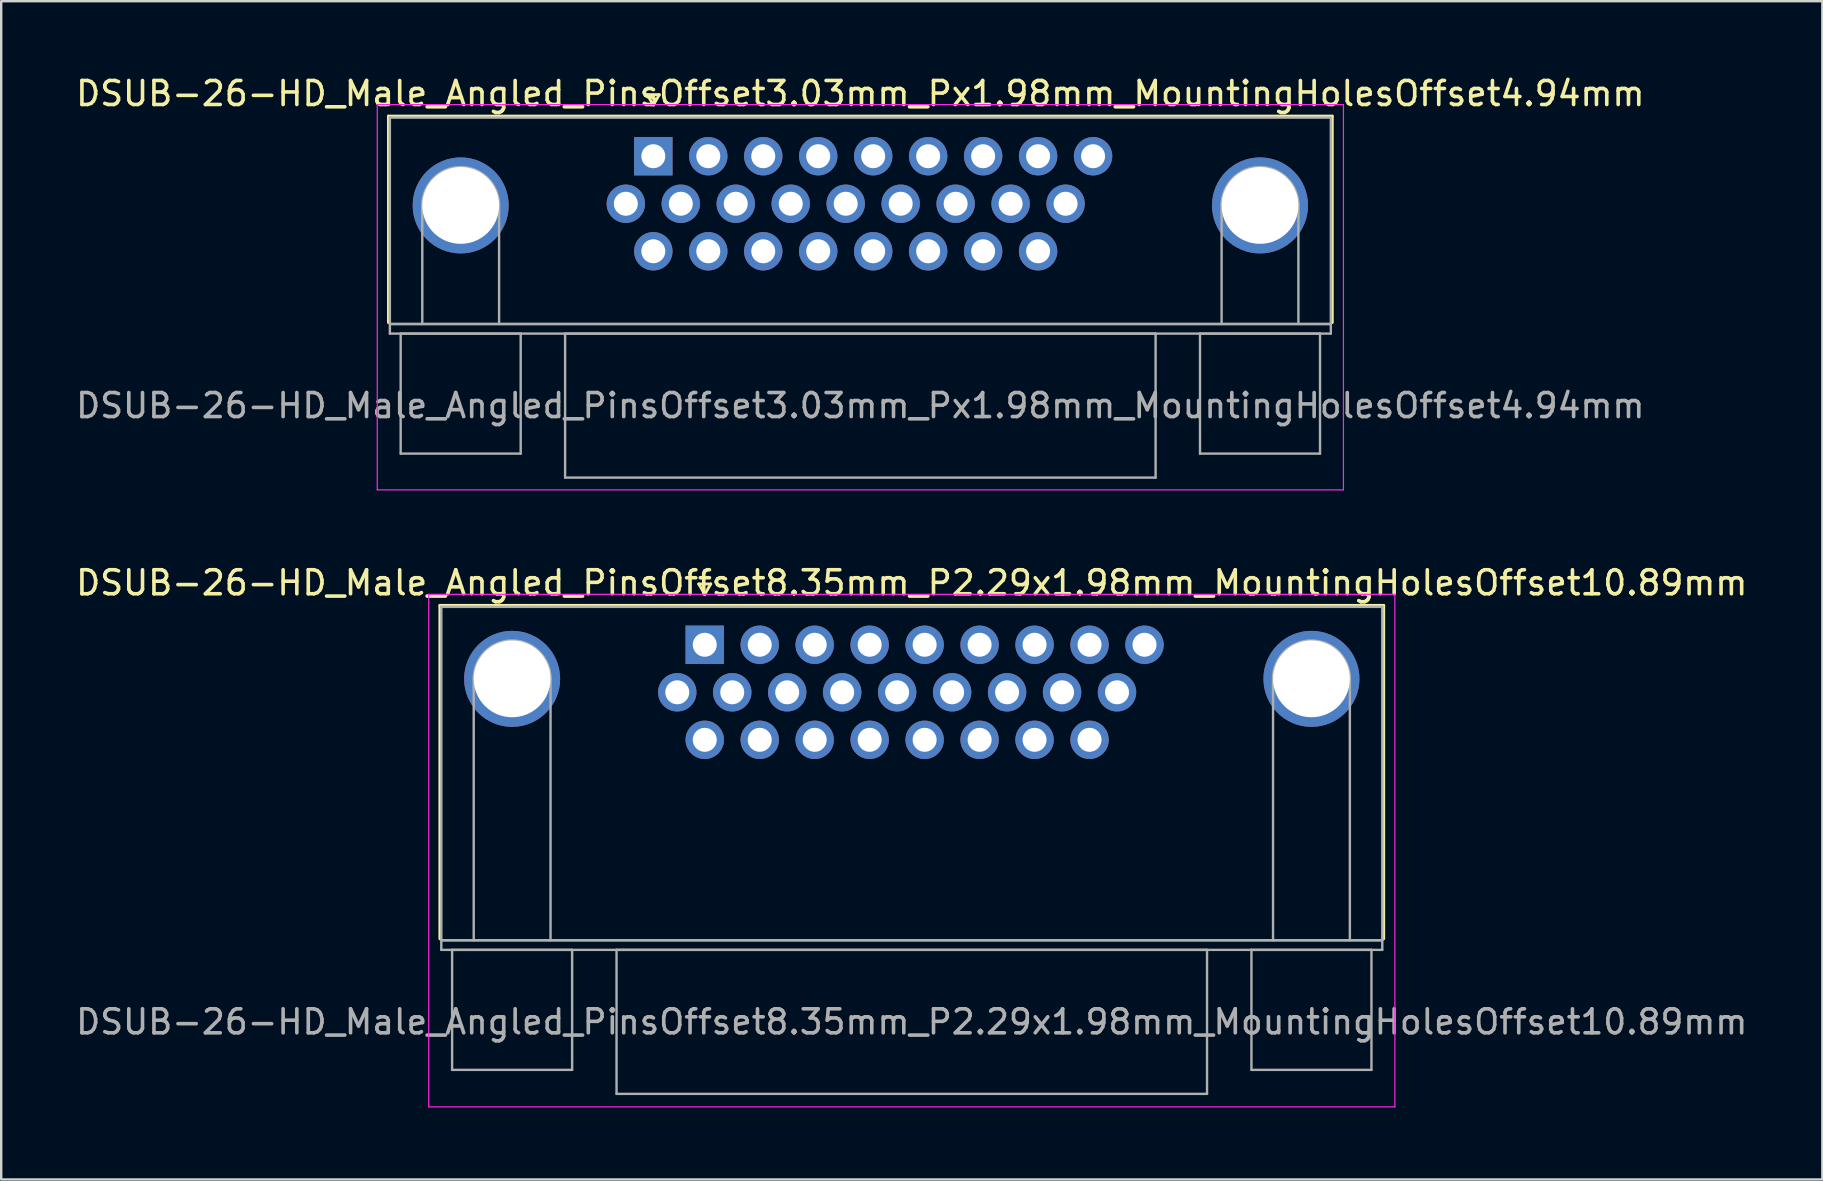
<source format=kicad_pcb>
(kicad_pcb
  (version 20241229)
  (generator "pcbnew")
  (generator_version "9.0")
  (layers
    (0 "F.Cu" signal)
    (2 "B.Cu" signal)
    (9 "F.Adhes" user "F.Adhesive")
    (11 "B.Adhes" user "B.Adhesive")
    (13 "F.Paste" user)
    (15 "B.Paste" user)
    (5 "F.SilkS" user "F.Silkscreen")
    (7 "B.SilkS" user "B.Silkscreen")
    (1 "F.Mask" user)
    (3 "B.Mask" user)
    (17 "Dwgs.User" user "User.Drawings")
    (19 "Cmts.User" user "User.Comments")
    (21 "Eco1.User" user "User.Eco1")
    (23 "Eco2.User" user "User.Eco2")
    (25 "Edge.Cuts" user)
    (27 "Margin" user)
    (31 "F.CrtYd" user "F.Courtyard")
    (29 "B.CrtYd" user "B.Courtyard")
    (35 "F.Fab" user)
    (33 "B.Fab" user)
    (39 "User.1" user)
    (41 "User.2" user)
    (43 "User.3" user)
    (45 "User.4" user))
  (footprint "DSUB-26-HD_Male_Angled_PinsOffset3.03mm_Px1.98mm_MountingHolesOffset4.94mm"
    (layer "F.Cu")
    (at 24.167 3.458)
    (property "Reference" "DSUB-26-HD_Male_Angled_PinsOffset3.03mm_Px1.98mm_MountingHolesOffset4.94mm" (at 8.625 -2.61 0) (layer "F.SilkS") (effects (font (size 1 1) (thickness 0.15))))
    (attr through_hole)
    (fp_line (start -11.035 -1.67) (end 28.285 -1.67) (stroke (width 0.12) (type solid)) (layer "F.SilkS"))
    (fp_line (start -11.035 6.93) (end -11.035 -1.67) (stroke (width 0.12) (type solid)) (layer "F.SilkS"))
    (fp_line (start -0.25 -2.564) (end 0.25 -2.564) (stroke (width 0.12) (type solid)) (layer "F.SilkS"))
    (fp_line (start 0 -2.131) (end -0.25 -2.564) (stroke (width 0.12) (type solid)) (layer "F.SilkS"))
    (fp_line (start 0.25 -2.564) (end 0 -2.131) (stroke (width 0.12) (type solid)) (layer "F.SilkS"))
    (fp_line (start 28.285 -1.67) (end 28.285 6.93) (stroke (width 0.12) (type solid)) (layer "F.SilkS"))
    (fp_line (start -11.5 -2.15) (end -11.5 13.9) (stroke (width 0.05) (type solid)) (layer "F.CrtYd"))
    (fp_line (start -11.5 13.9) (end 28.75 13.9) (stroke (width 0.05) (type solid)) (layer "F.CrtYd"))
    (fp_line (start 28.75 -2.15) (end -11.5 -2.15) (stroke (width 0.05) (type solid)) (layer "F.CrtYd"))
    (fp_line (start 28.75 13.9) (end 28.75 -2.15) (stroke (width 0.05) (type solid)) (layer "F.CrtYd"))
    (fp_line (start -10.975 -1.61) (end -10.975 6.99) (stroke (width 0.1) (type solid)) (layer "F.Fab"))
    (fp_line (start -10.975 6.99) (end -10.975 7.39) (stroke (width 0.1) (type solid)) (layer "F.Fab"))
    (fp_line (start -10.975 6.99) (end 28.225 6.99) (stroke (width 0.1) (type solid)) (layer "F.Fab"))
    (fp_line (start -10.975 7.39) (end 28.225 7.39) (stroke (width 0.1) (type solid)) (layer "F.Fab"))
    (fp_line (start -10.525 7.39) (end -10.525 12.39) (stroke (width 0.1) (type solid)) (layer "F.Fab"))
    (fp_line (start -10.525 12.39) (end -5.525 12.39) (stroke (width 0.1) (type solid)) (layer "F.Fab"))
    (fp_line (start -9.625 6.99) (end -9.625 2.05) (stroke (width 0.1) (type solid)) (layer "F.Fab"))
    (fp_line (start -6.425 6.99) (end -6.425 2.05) (stroke (width 0.1) (type solid)) (layer "F.Fab"))
    (fp_line (start -5.525 7.39) (end -10.525 7.39) (stroke (width 0.1) (type solid)) (layer "F.Fab"))
    (fp_line (start -5.525 12.39) (end -5.525 7.39) (stroke (width 0.1) (type solid)) (layer "F.Fab"))
    (fp_line (start -3.675 7.39) (end -3.675 13.39) (stroke (width 0.1) (type solid)) (layer "F.Fab"))
    (fp_line (start -3.675 13.39) (end 20.925 13.39) (stroke (width 0.1) (type solid)) (layer "F.Fab"))
    (fp_line (start 20.925 7.39) (end -3.675 7.39) (stroke (width 0.1) (type solid)) (layer "F.Fab"))
    (fp_line (start 20.925 13.39) (end 20.925 7.39) (stroke (width 0.1) (type solid)) (layer "F.Fab"))
    (fp_line (start 22.775 7.39) (end 22.775 12.39) (stroke (width 0.1) (type solid)) (layer "F.Fab"))
    (fp_line (start 22.775 12.39) (end 27.775 12.39) (stroke (width 0.1) (type solid)) (layer "F.Fab"))
    (fp_line (start 23.675 6.99) (end 23.675 2.05) (stroke (width 0.1) (type solid)) (layer "F.Fab"))
    (fp_line (start 26.875 6.99) (end 26.875 2.05) (stroke (width 0.1) (type solid)) (layer "F.Fab"))
    (fp_line (start 27.775 7.39) (end 22.775 7.39) (stroke (width 0.1) (type solid)) (layer "F.Fab"))
    (fp_line (start 27.775 12.39) (end 27.775 7.39) (stroke (width 0.1) (type solid)) (layer "F.Fab"))
    (fp_line (start 28.225 -1.61) (end -10.975 -1.61) (stroke (width 0.1) (type solid)) (layer "F.Fab"))
    (fp_line (start 28.225 6.99) (end -10.975 6.99) (stroke (width 0.1) (type solid)) (layer "F.Fab"))
    (fp_line (start 28.225 6.99) (end 28.225 -1.61) (stroke (width 0.1) (type solid)) (layer "F.Fab"))
    (fp_line (start 28.225 7.39) (end 28.225 6.99) (stroke (width 0.1) (type solid)) (layer "F.Fab"))
    (fp_arc (start -9.625 2.05) (mid -8.025 0.45) (end -6.425 2.05) (stroke (width 0.1) (type solid)) (layer "F.Fab"))
    (fp_arc (start 23.675 2.05) (mid 25.275 0.45) (end 26.875 2.05) (stroke (width 0.1) (type solid)) (layer "F.Fab"))
    (fp_text user "${REFERENCE}" (at 8.625 10.39 0) (layer "F.Fab") (effects (font (size 1 1) (thickness 0.15))))
    (pad "0" thru_hole circle (at -8.025 2.05) (size 4 4) (drill 3.2) (layers "*.Cu" "*.Mask"))
    (pad "0" thru_hole circle (at 25.275 2.05) (size 4 4) (drill 3.2) (layers "*.Cu" "*.Mask"))
    (pad "1" thru_hole rect (at 0 0) (size 1.6 1.6) (drill 1) (layers "*.Cu" "*.Mask"))
    (pad "2" thru_hole circle (at 2.29 0) (size 1.6 1.6) (drill 1) (layers "*.Cu" "*.Mask"))
    (pad "3" thru_hole circle (at 4.58 0) (size 1.6 1.6) (drill 1) (layers "*.Cu" "*.Mask"))
    (pad "4" thru_hole circle (at 6.87 0) (size 1.6 1.6) (drill 1) (layers "*.Cu" "*.Mask"))
    (pad "5" thru_hole circle (at 9.16 0) (size 1.6 1.6) (drill 1) (layers "*.Cu" "*.Mask"))
    (pad "6" thru_hole circle (at 11.45 0) (size 1.6 1.6) (drill 1) (layers "*.Cu" "*.Mask"))
    (pad "7" thru_hole circle (at 13.74 0) (size 1.6 1.6) (drill 1) (layers "*.Cu" "*.Mask"))
    (pad "8" thru_hole circle (at 16.03 0) (size 1.6 1.6) (drill 1) (layers "*.Cu" "*.Mask"))
    (pad "9" thru_hole circle (at 18.32 0) (size 1.6 1.6) (drill 1) (layers "*.Cu" "*.Mask"))
    (pad "10" thru_hole circle (at -1.145 1.98) (size 1.6 1.6) (drill 1) (layers "*.Cu" "*.Mask"))
    (pad "11" thru_hole circle (at 1.145 1.98) (size 1.6 1.6) (drill 1) (layers "*.Cu" "*.Mask"))
    (pad "12" thru_hole circle (at 3.435 1.98) (size 1.6 1.6) (drill 1) (layers "*.Cu" "*.Mask"))
    (pad "13" thru_hole circle (at 5.725 1.98) (size 1.6 1.6) (drill 1) (layers "*.Cu" "*.Mask"))
    (pad "14" thru_hole circle (at 8.015 1.98) (size 1.6 1.6) (drill 1) (layers "*.Cu" "*.Mask"))
    (pad "15" thru_hole circle (at 10.305 1.98) (size 1.6 1.6) (drill 1) (layers "*.Cu" "*.Mask"))
    (pad "16" thru_hole circle (at 12.595 1.98) (size 1.6 1.6) (drill 1) (layers "*.Cu" "*.Mask"))
    (pad "17" thru_hole circle (at 14.885 1.98) (size 1.6 1.6) (drill 1) (layers "*.Cu" "*.Mask"))
    (pad "18" thru_hole circle (at 17.175 1.98) (size 1.6 1.6) (drill 1) (layers "*.Cu" "*.Mask"))
    (pad "19" thru_hole circle (at 0 3.96) (size 1.6 1.6) (drill 1) (layers "*.Cu" "*.Mask"))
    (pad "20" thru_hole circle (at 2.29 3.96) (size 1.6 1.6) (drill 1) (layers "*.Cu" "*.Mask"))
    (pad "21" thru_hole circle (at 4.58 3.96) (size 1.6 1.6) (drill 1) (layers "*.Cu" "*.Mask"))
    (pad "22" thru_hole circle (at 6.87 3.96) (size 1.6 1.6) (drill 1) (layers "*.Cu" "*.Mask"))
    (pad "23" thru_hole circle (at 9.16 3.96) (size 1.6 1.6) (drill 1) (layers "*.Cu" "*.Mask"))
    (pad "24" thru_hole circle (at 11.45 3.96) (size 1.6 1.6) (drill 1) (layers "*.Cu" "*.Mask"))
    (pad "25" thru_hole circle (at 13.74 3.96) (size 1.6 1.6) (drill 1) (layers "*.Cu" "*.Mask"))
    (pad "26" thru_hole circle (at 16.03 3.96) (size 1.6 1.6) (drill 1) (layers "*.Cu" "*.Mask")))
  (footprint "DSUB-26-HD_Male_Angled_PinsOffset8.35mm_P2.29x1.98mm_MountingHolesOffset10.89mm"
    (layer "F.Cu")
    (at 26.31 23.811)
    (property "Reference" "DSUB-26-HD_Male_Angled_PinsOffset8.35mm_P2.29x1.98mm_MountingHolesOffset10.89mm" (at 8.625 -2.58 0) (layer "F.SilkS") (effects (font (size 1 1) (thickness 0.15))))
    (attr through_hole)
    (fp_line (start -11.035 -1.64) (end 28.285 -1.64) (stroke (width 0.12) (type solid)) (layer "F.SilkS"))
    (fp_line (start -11.035 12.25) (end -11.035 -1.64) (stroke (width 0.12) (type solid)) (layer "F.SilkS"))
    (fp_line (start -0.25 -2.534) (end 0.25 -2.534) (stroke (width 0.12) (type solid)) (layer "F.SilkS"))
    (fp_line (start 0 -2.101) (end -0.25 -2.534) (stroke (width 0.12) (type solid)) (layer "F.SilkS"))
    (fp_line (start 0.25 -2.534) (end 0 -2.101) (stroke (width 0.12) (type solid)) (layer "F.SilkS"))
    (fp_line (start 28.285 -1.64) (end 28.285 12.25) (stroke (width 0.12) (type solid)) (layer "F.SilkS"))
    (fp_line (start -11.5 -2.1) (end -11.5 19.25) (stroke (width 0.05) (type solid)) (layer "F.CrtYd"))
    (fp_line (start -11.5 19.25) (end 28.75 19.25) (stroke (width 0.05) (type solid)) (layer "F.CrtYd"))
    (fp_line (start 28.75 -2.1) (end -11.5 -2.1) (stroke (width 0.05) (type solid)) (layer "F.CrtYd"))
    (fp_line (start 28.75 19.25) (end 28.75 -2.1) (stroke (width 0.05) (type solid)) (layer "F.CrtYd"))
    (fp_line (start -10.975 -1.58) (end -10.975 12.31) (stroke (width 0.1) (type solid)) (layer "F.Fab"))
    (fp_line (start -10.975 12.31) (end -10.975 12.71) (stroke (width 0.1) (type solid)) (layer "F.Fab"))
    (fp_line (start -10.975 12.31) (end 28.225 12.31) (stroke (width 0.1) (type solid)) (layer "F.Fab"))
    (fp_line (start -10.975 12.71) (end 28.225 12.71) (stroke (width 0.1) (type solid)) (layer "F.Fab"))
    (fp_line (start -10.525 12.71) (end -10.525 17.71) (stroke (width 0.1) (type solid)) (layer "F.Fab"))
    (fp_line (start -10.525 17.71) (end -5.525 17.71) (stroke (width 0.1) (type solid)) (layer "F.Fab"))
    (fp_line (start -9.625 12.31) (end -9.625 1.42) (stroke (width 0.1) (type solid)) (layer "F.Fab"))
    (fp_line (start -6.425 12.31) (end -6.425 1.42) (stroke (width 0.1) (type solid)) (layer "F.Fab"))
    (fp_line (start -5.525 12.71) (end -10.525 12.71) (stroke (width 0.1) (type solid)) (layer "F.Fab"))
    (fp_line (start -5.525 17.71) (end -5.525 12.71) (stroke (width 0.1) (type solid)) (layer "F.Fab"))
    (fp_line (start -3.675 12.71) (end -3.675 18.71) (stroke (width 0.1) (type solid)) (layer "F.Fab"))
    (fp_line (start -3.675 18.71) (end 20.925 18.71) (stroke (width 0.1) (type solid)) (layer "F.Fab"))
    (fp_line (start 20.925 12.71) (end -3.675 12.71) (stroke (width 0.1) (type solid)) (layer "F.Fab"))
    (fp_line (start 20.925 18.71) (end 20.925 12.71) (stroke (width 0.1) (type solid)) (layer "F.Fab"))
    (fp_line (start 22.775 12.71) (end 22.775 17.71) (stroke (width 0.1) (type solid)) (layer "F.Fab"))
    (fp_line (start 22.775 17.71) (end 27.775 17.71) (stroke (width 0.1) (type solid)) (layer "F.Fab"))
    (fp_line (start 23.675 12.31) (end 23.675 1.42) (stroke (width 0.1) (type solid)) (layer "F.Fab"))
    (fp_line (start 26.875 12.31) (end 26.875 1.42) (stroke (width 0.1) (type solid)) (layer "F.Fab"))
    (fp_line (start 27.775 12.71) (end 22.775 12.71) (stroke (width 0.1) (type solid)) (layer "F.Fab"))
    (fp_line (start 27.775 17.71) (end 27.775 12.71) (stroke (width 0.1) (type solid)) (layer "F.Fab"))
    (fp_line (start 28.225 -1.58) (end -10.975 -1.58) (stroke (width 0.1) (type solid)) (layer "F.Fab"))
    (fp_line (start 28.225 12.31) (end -10.975 12.31) (stroke (width 0.1) (type solid)) (layer "F.Fab"))
    (fp_line (start 28.225 12.31) (end 28.225 -1.58) (stroke (width 0.1) (type solid)) (layer "F.Fab"))
    (fp_line (start 28.225 12.71) (end 28.225 12.31) (stroke (width 0.1) (type solid)) (layer "F.Fab"))
    (fp_arc (start -9.625 1.42) (mid -8.025 -0.18) (end -6.425 1.42) (stroke (width 0.1) (type solid)) (layer "F.Fab"))
    (fp_arc (start 23.675 1.42) (mid 25.275 -0.18) (end 26.875 1.42) (stroke (width 0.1) (type solid)) (layer "F.Fab"))
    (fp_text user "${REFERENCE}" (at 8.625 15.71 0) (layer "F.Fab") (effects (font (size 1 1) (thickness 0.15))))
    (pad "0" thru_hole circle (at -8.025 1.42) (size 4 4) (drill 3.2) (layers "*.Cu" "*.Mask"))
    (pad "0" thru_hole circle (at 25.275 1.42) (size 4 4) (drill 3.2) (layers "*.Cu" "*.Mask"))
    (pad "1" thru_hole rect (at 0 0) (size 1.6 1.6) (drill 1) (layers "*.Cu" "*.Mask"))
    (pad "2" thru_hole circle (at 2.29 0) (size 1.6 1.6) (drill 1) (layers "*.Cu" "*.Mask"))
    (pad "3" thru_hole circle (at 4.58 0) (size 1.6 1.6) (drill 1) (layers "*.Cu" "*.Mask"))
    (pad "4" thru_hole circle (at 6.87 0) (size 1.6 1.6) (drill 1) (layers "*.Cu" "*.Mask"))
    (pad "5" thru_hole circle (at 9.16 0) (size 1.6 1.6) (drill 1) (layers "*.Cu" "*.Mask"))
    (pad "6" thru_hole circle (at 11.45 0) (size 1.6 1.6) (drill 1) (layers "*.Cu" "*.Mask"))
    (pad "7" thru_hole circle (at 13.74 0) (size 1.6 1.6) (drill 1) (layers "*.Cu" "*.Mask"))
    (pad "8" thru_hole circle (at 16.03 0) (size 1.6 1.6) (drill 1) (layers "*.Cu" "*.Mask"))
    (pad "9" thru_hole circle (at 18.32 0) (size 1.6 1.6) (drill 1) (layers "*.Cu" "*.Mask"))
    (pad "10" thru_hole circle (at -1.145 1.98) (size 1.6 1.6) (drill 1) (layers "*.Cu" "*.Mask"))
    (pad "11" thru_hole circle (at 1.145 1.98) (size 1.6 1.6) (drill 1) (layers "*.Cu" "*.Mask"))
    (pad "12" thru_hole circle (at 3.435 1.98) (size 1.6 1.6) (drill 1) (layers "*.Cu" "*.Mask"))
    (pad "13" thru_hole circle (at 5.725 1.98) (size 1.6 1.6) (drill 1) (layers "*.Cu" "*.Mask"))
    (pad "14" thru_hole circle (at 8.015 1.98) (size 1.6 1.6) (drill 1) (layers "*.Cu" "*.Mask"))
    (pad "15" thru_hole circle (at 10.305 1.98) (size 1.6 1.6) (drill 1) (layers "*.Cu" "*.Mask"))
    (pad "16" thru_hole circle (at 12.595 1.98) (size 1.6 1.6) (drill 1) (layers "*.Cu" "*.Mask"))
    (pad "17" thru_hole circle (at 14.885 1.98) (size 1.6 1.6) (drill 1) (layers "*.Cu" "*.Mask"))
    (pad "18" thru_hole circle (at 17.175 1.98) (size 1.6 1.6) (drill 1) (layers "*.Cu" "*.Mask"))
    (pad "19" thru_hole circle (at 0 3.96) (size 1.6 1.6) (drill 1) (layers "*.Cu" "*.Mask"))
    (pad "20" thru_hole circle (at 2.29 3.96) (size 1.6 1.6) (drill 1) (layers "*.Cu" "*.Mask"))
    (pad "21" thru_hole circle (at 4.58 3.96) (size 1.6 1.6) (drill 1) (layers "*.Cu" "*.Mask"))
    (pad "22" thru_hole circle (at 6.87 3.96) (size 1.6 1.6) (drill 1) (layers "*.Cu" "*.Mask"))
    (pad "23" thru_hole circle (at 9.16 3.96) (size 1.6 1.6) (drill 1) (layers "*.Cu" "*.Mask"))
    (pad "24" thru_hole circle (at 11.45 3.96) (size 1.6 1.6) (drill 1) (layers "*.Cu" "*.Mask"))
    (pad "25" thru_hole circle (at 13.74 3.96) (size 1.6 1.6) (drill 1) (layers "*.Cu" "*.Mask"))
    (pad "26" thru_hole circle (at 16.03 3.96) (size 1.6 1.6) (drill 1) (layers "*.Cu" "*.Mask")))
  (gr_rect
    (start -3 -3)
    (end 72.869 46.087)
    (stroke (width 0.1) (type default))
    (fill no)
    (layer "Edge.Cuts")))
</source>
